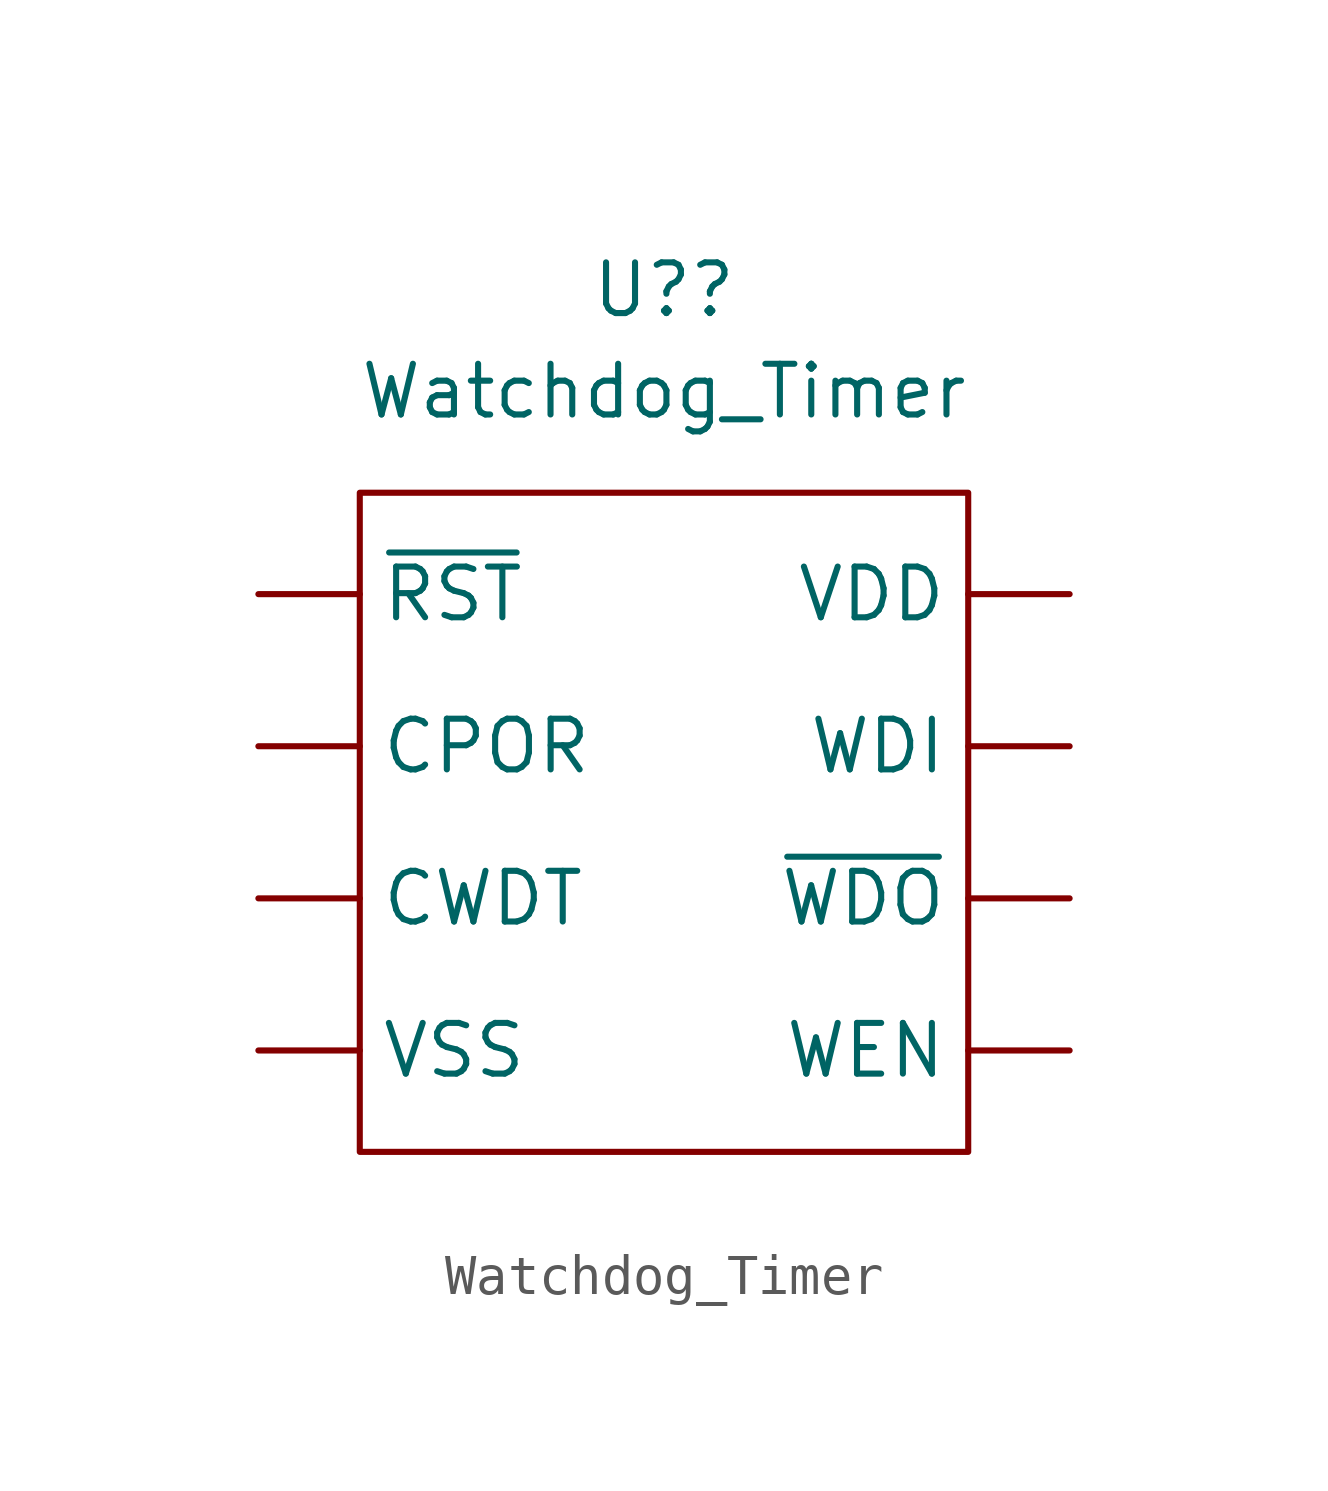
<source format=kicad_sym>
(kicad_symbol_lib
  (version 20211014)
  (generator kicad_symbol_editor)
  (symbol "Watchdog_Timer"
    (property "Reference" "U?"
      (at 0 2.54 0)
      (effects (font (size 1.27 1.27))))
    (property "Value" "Watchdog_Timer"
      (at 0 0 0)
      (effects (font (size 1.27 1.27))))
    (symbol "Watchdog_Timer_0_1"
      (rectangle (start -7.62 -2.54) (end 7.62 -19.05) (stroke (width 0) (type default) (color 0 0 0 0)) (fill (type none))))
    (symbol "Watchdog_Timer_1_1"
      (pin input line (at -10.16 -8.89 0) (length 2.54) (name "CPOR" (effects (font (size 1.27 1.27)))) (number "" (effects (font (size 1.27 1.27)))))
      (pin input line (at -10.16 -12.7 0) (length 2.54) (name "CWDT" (effects (font (size 1.27 1.27)))) (number "" (effects (font (size 1.27 1.27)))))
      (pin input line (at 10.16 -5.08 180) (length 2.54) (name "VDD" (effects (font (size 1.27 1.27)))) (number "" (effects (font (size 1.27 1.27)))))
      (pin input line (at -10.16 -16.51 0) (length 2.54) (name "VSS" (effects (font (size 1.27 1.27)))) (number "" (effects (font (size 1.27 1.27)))))
      (pin input line (at 10.16 -8.89 180) (length 2.54) (name "WDI" (effects (font (size 1.27 1.27)))) (number "" (effects (font (size 1.27 1.27)))))
      (pin input line (at 10.16 -16.51 180) (length 2.54) (name "WEN" (effects (font (size 1.27 1.27)))) (number "" (effects (font (size 1.27 1.27)))))
      (pin input line (at -10.16 -5.08 0) (length 2.54) (name "~{RST}" (effects (font (size 1.27 1.27)))) (number "" (effects (font (size 1.27 1.27)))))
      (pin input line (at 10.16 -12.7 180) (length 2.54) (name "~{WDO}" (effects (font (size 1.27 1.27)))) (number "" (effects (font (size 1.27 1.27))))))))
</source>
